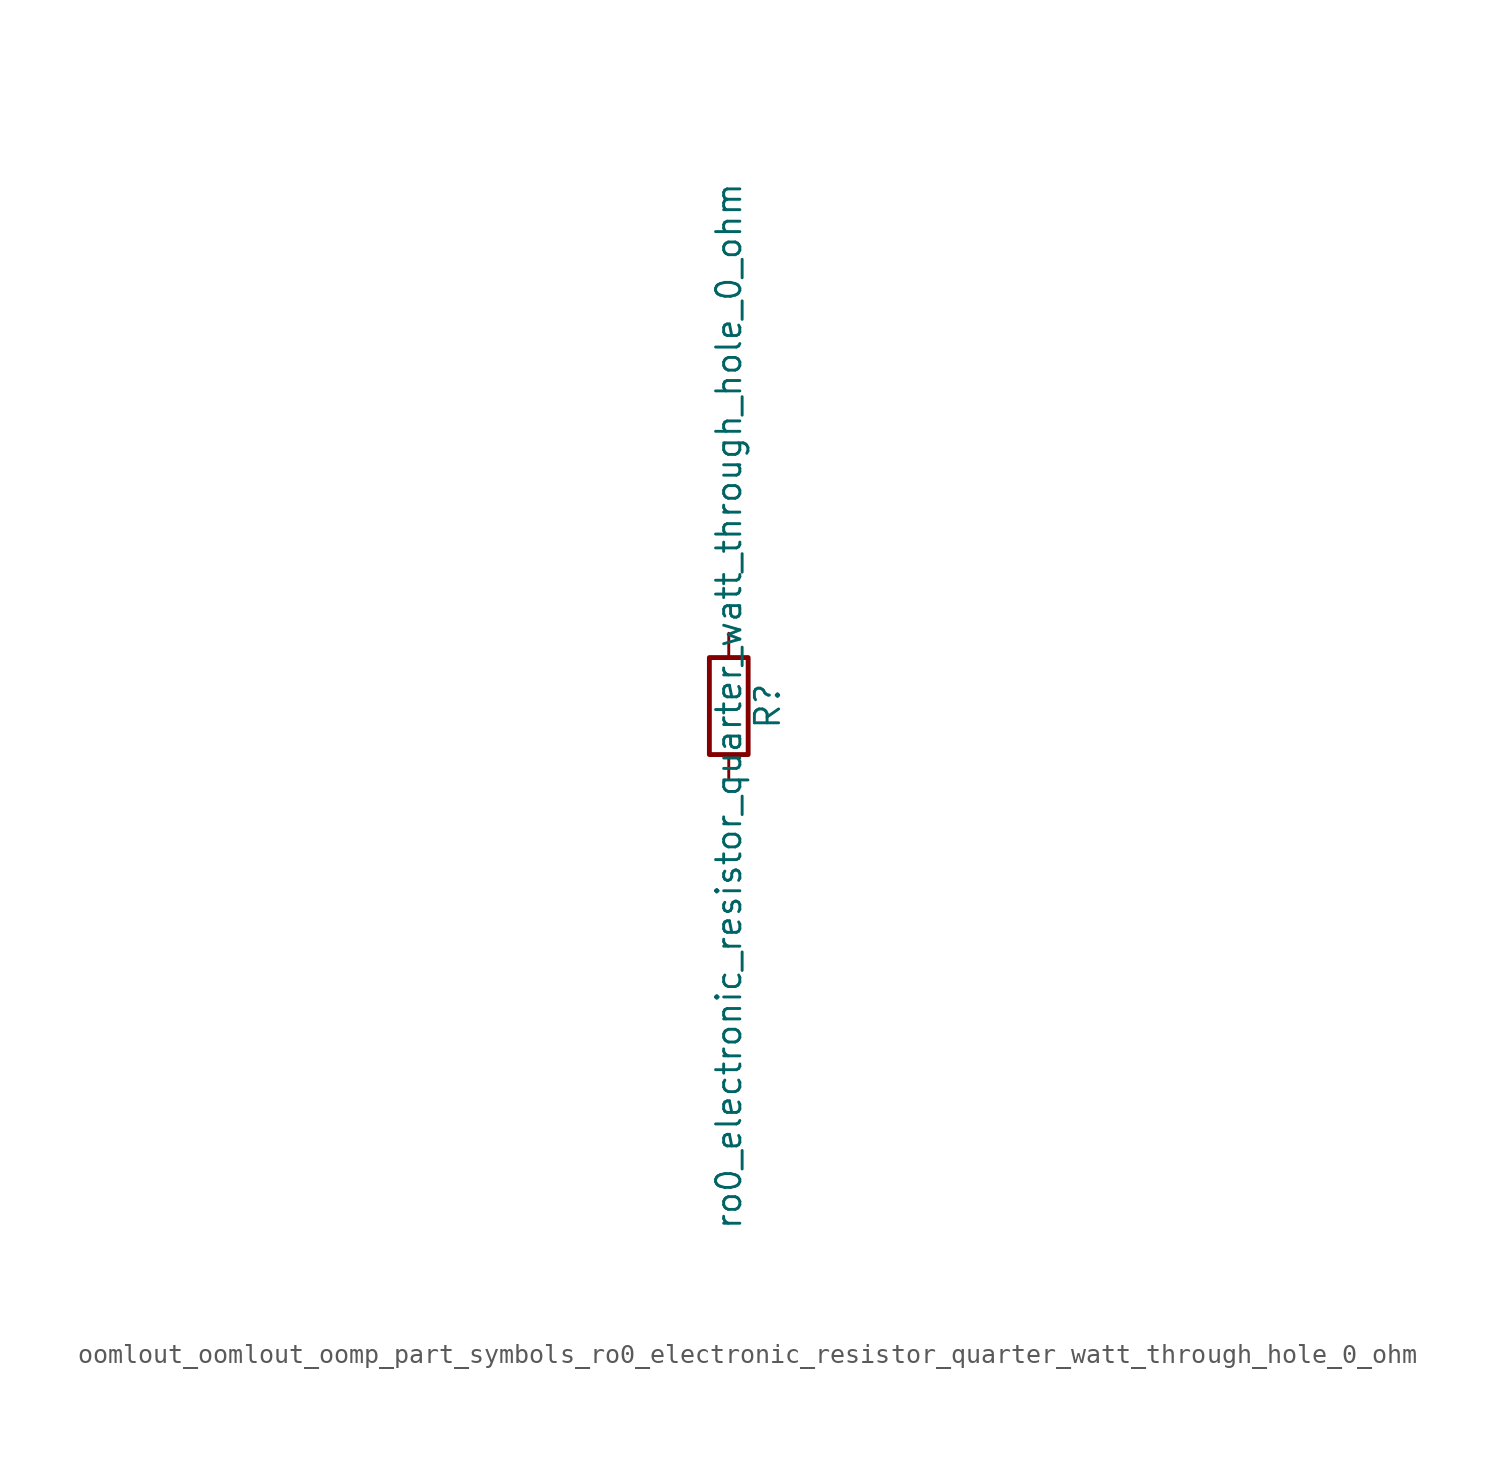
<source format=kicad_sym>
(kicad_symbol_lib
  (version 20220914)
  (generator kicad_symbol_editor)
  (symbol "oomlout_oomlout_oomp_part_symbols_ro0_electronic_resistor_quarter_watt_through_hole_0_ohm"
    (pin_numbers hide)
    (pin_names
      (offset 0))
    (property "Reference" "R"
      (at 2.032 0 90)
      (effects (font (size 1.27 1.27))))
    (property "Value" "ro0_electronic_resistor_quarter_watt_through_hole_0_ohm"
      (at 0 0 90)
      (effects (font (size 1.27 1.27))))
    (symbol "oomlout_oomlout_oomp_part_symbols_ro0_electronic_resistor_quarter_watt_through_hole_0_ohm_0_1"
      (rectangle (start -1.016 -2.54) (end 1.016 2.54) (stroke (width 0.254) (type default)) (fill (type none))))
    (symbol "oomlout_oomlout_oomp_part_symbols_ro0_electronic_resistor_quarter_watt_through_hole_0_ohm_1_1"
      (pin passive line (at 0 3.81 270) (length 1.27) (name "~" (effects (font (size 1.27 1.27)))) (number "1" (effects (font (size 1.27 1.27)))))
      (pin passive line (at 0 -3.81 90) (length 1.27) (name "~" (effects (font (size 1.27 1.27)))) (number "2" (effects (font (size 1.27 1.27))))))))
</source>
